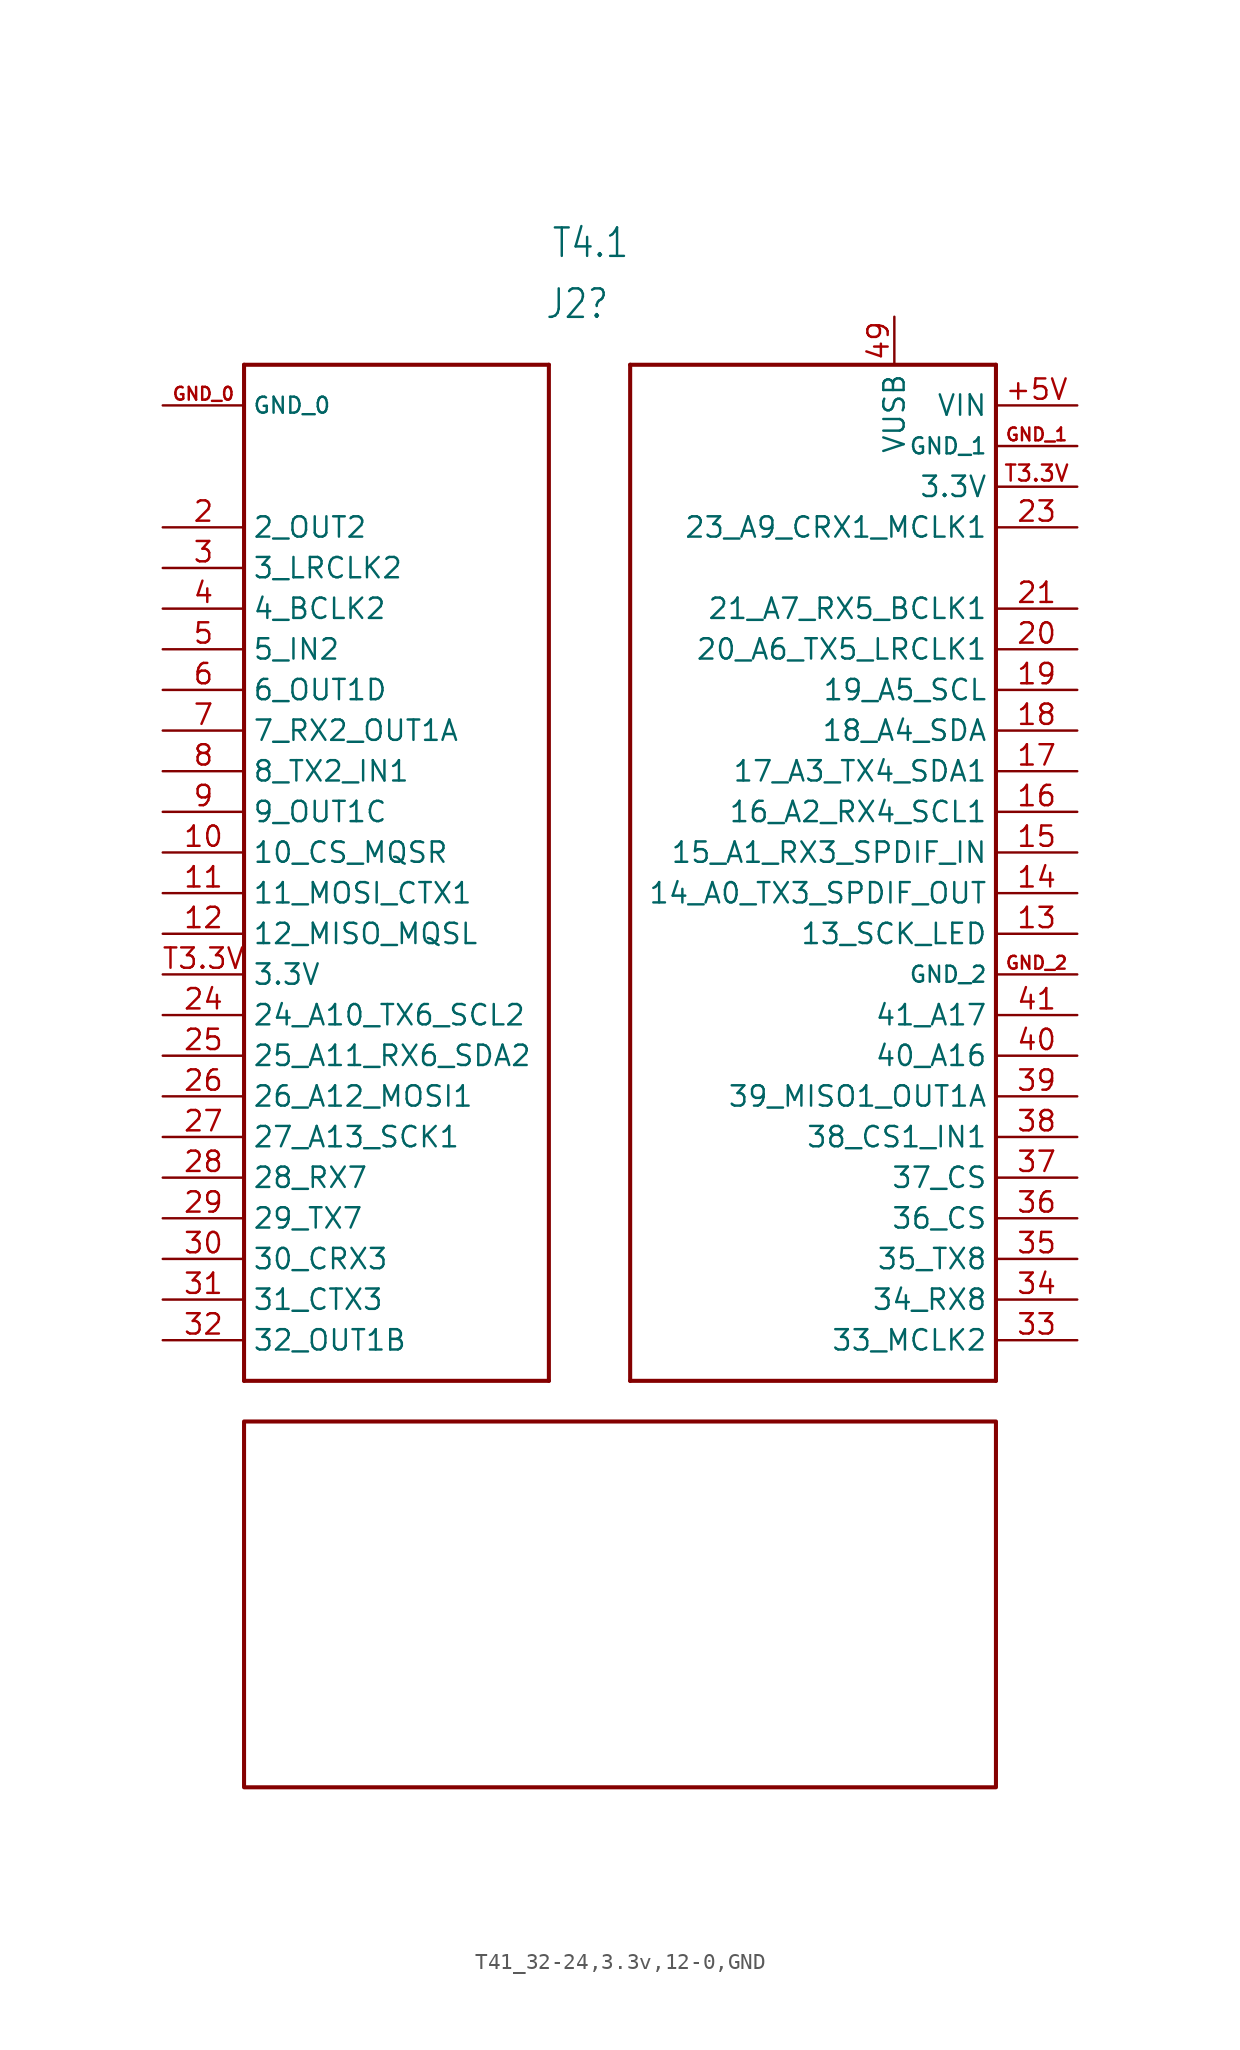
<source format=kicad_sym>
(kicad_symbol_lib
  (version 20220914)
  (generator kicad_symbol_editor)
  (symbol "T41_32-24,3.3v,12-0,GND"
    (property "Reference" "J2"
      (at -12.7 34.29 0)
      (effects (font (size 1.778 1.511)) (justify right)))
    (property "Value" "T4.1"
      (at -11.43 38.1 0)
      (effects (font (size 1.778 1.511)) (justify right)))
    (property "LCSC" ""
      (at 0 0 0)
      (effects (font (size 1.27 1.27))))
    (symbol "T41_32-24,3.3v,12-0,GND_1_0"
      (polyline (pts (xy -35.56 -33.02) (xy -35.56 30.48)) (stroke (width 0.254) (type solid)) (fill (type none)))
      (polyline (pts (xy -35.56 30.48) (xy -16.51 30.48)) (stroke (width 0.254) (type solid)) (fill (type none)))
      (polyline (pts (xy -16.51 -33.02) (xy -35.56 -33.02)) (stroke (width 0.254) (type solid)) (fill (type none)))
      (polyline (pts (xy -16.51 30.48) (xy -16.51 -33.02)) (stroke (width 0.254) (type solid)) (fill (type none)))
      (polyline (pts (xy -11.43 -33.02) (xy -11.43 30.48)) (stroke (width 0.254) (type solid)) (fill (type none)))
      (polyline (pts (xy -11.43 30.48) (xy 11.43 30.48)) (stroke (width 0.254) (type solid)) (fill (type none)))
      (polyline (pts (xy 11.43 -33.02) (xy -11.43 -33.02)) (stroke (width 0.254) (type solid)) (fill (type none)))
      (polyline (pts (xy 11.43 30.48) (xy 11.43 -33.02)) (stroke (width 0.254) (type solid)) (fill (type none)))
      (pin passive line (at 16.51 27.94 180) (length 5.08) (name "VIN" (effects (font (size 1.27 1.27)))) (number "+5V" (effects (font (size 1.27 1.27)))) (alternate "(3.6 to 5.5 volts)" passive line))
      (pin passive line (at -40.64 0 0) (length 5.08) (name "10_CS_MQSR" (effects (font (size 1.27 1.27)))) (number "10" (effects (font (size 1.27 1.27)))))
      (pin passive line (at -40.64 -2.54 0) (length 5.08) (name "11_MOSI_CTX1" (effects (font (size 1.27 1.27)))) (number "11" (effects (font (size 1.27 1.27)))))
      (pin passive line (at -40.64 -5.08 0) (length 5.08) (name "12_MISO_MQSL" (effects (font (size 1.27 1.27)))) (number "12" (effects (font (size 1.27 1.27)))))
      (pin passive line (at 16.51 -5.08 180) (length 5.08) (name "13_SCK_LED" (effects (font (size 1.27 1.27)))) (number "13" (effects (font (size 1.27 1.27)))))
      (pin passive line (at 16.51 -2.54 180) (length 5.08) (name "14_A0_TX3_SPDIF_OUT" (effects (font (size 1.27 1.27)))) (number "14" (effects (font (size 1.27 1.27)))))
      (pin passive line (at 16.51 0 180) (length 5.08) (name "15_A1_RX3_SPDIF_IN" (effects (font (size 1.27 1.27)))) (number "15" (effects (font (size 1.27 1.27)))))
      (pin passive line (at 16.51 2.54 180) (length 5.08) (name "16_A2_RX4_SCL1" (effects (font (size 1.27 1.27)))) (number "16" (effects (font (size 1.27 1.27)))))
      (pin passive line (at 16.51 5.08 180) (length 5.08) (name "17_A3_TX4_SDA1" (effects (font (size 1.27 1.27)))) (number "17" (effects (font (size 1.27 1.27)))))
      (pin passive line (at 16.51 7.62 180) (length 5.08) (name "18_A4_SDA" (effects (font (size 1.27 1.27)))) (number "18" (effects (font (size 1.27 1.27)))))
      (pin passive line (at 16.51 10.16 180) (length 5.08) (name "19_A5_SCL" (effects (font (size 1.27 1.27)))) (number "19" (effects (font (size 1.27 1.27)))))
      (pin passive line (at -40.64 20.32 0) (length 5.08) (name "2_OUT2" (effects (font (size 1.27 1.27)))) (number "2" (effects (font (size 1.27 1.27)))))
      (pin passive line (at 16.51 12.7 180) (length 5.08) (name "20_A6_TX5_LRCLK1" (effects (font (size 1.27 1.27)))) (number "20" (effects (font (size 1.27 1.27)))))
      (pin passive line (at 16.51 15.24 180) (length 5.08) (name "21_A7_RX5_BCLK1" (effects (font (size 1.27 1.27)))) (number "21" (effects (font (size 1.27 1.27)))))
      (pin passive line (at 16.51 20.32 180) (length 5.08) (name "23_A9_CRX1_MCLK1" (effects (font (size 1.27 1.27)))) (number "23" (effects (font (size 1.27 1.27)))))
      (pin passive line (at -40.64 -10.16 0) (length 5.08) (name "24_A10_TX6_SCL2" (effects (font (size 1.27 1.27)))) (number "24" (effects (font (size 1.27 1.27)))))
      (pin passive line (at -40.64 -12.7 0) (length 5.08) (name "25_A11_RX6_SDA2" (effects (font (size 1.27 1.27)))) (number "25" (effects (font (size 1.27 1.27)))))
      (pin passive line (at -40.64 -15.24 0) (length 5.08) (name "26_A12_MOSI1" (effects (font (size 1.27 1.27)))) (number "26" (effects (font (size 1.27 1.27)))))
      (pin passive line (at -40.64 -17.78 0) (length 5.08) (name "27_A13_SCK1" (effects (font (size 1.27 1.27)))) (number "27" (effects (font (size 1.27 1.27)))))
      (pin passive line (at -40.64 -20.32 0) (length 5.08) (name "28_RX7" (effects (font (size 1.27 1.27)))) (number "28" (effects (font (size 1.27 1.27)))))
      (pin passive line (at -40.64 -22.86 0) (length 5.08) (name "29_TX7" (effects (font (size 1.27 1.27)))) (number "29" (effects (font (size 1.27 1.27)))))
      (pin passive line (at -40.64 17.78 0) (length 5.08) (name "3_LRCLK2" (effects (font (size 1.27 1.27)))) (number "3" (effects (font (size 1.27 1.27)))))
      (pin passive line (at -40.64 -25.4 0) (length 5.08) (name "30_CRX3" (effects (font (size 1.27 1.27)))) (number "30" (effects (font (size 1.27 1.27)))))
      (pin passive line (at -40.64 -27.94 0) (length 5.08) (name "31_CTX3" (effects (font (size 1.27 1.27)))) (number "31" (effects (font (size 1.27 1.27)))))
      (pin passive line (at -40.64 -30.48 0) (length 5.08) (name "32_OUT1B" (effects (font (size 1.27 1.27)))) (number "32" (effects (font (size 1.27 1.27)))))
      (pin passive line (at 16.51 -30.48 180) (length 5.08) (name "33_MCLK2" (effects (font (size 1.27 1.27)))) (number "33" (effects (font (size 1.27 1.27)))))
      (pin passive line (at 16.51 -27.94 180) (length 5.08) (name "34_RX8" (effects (font (size 1.27 1.27)))) (number "34" (effects (font (size 1.27 1.27)))))
      (pin passive line (at 16.51 -25.4 180) (length 5.08) (name "35_TX8" (effects (font (size 1.27 1.27)))) (number "35" (effects (font (size 1.27 1.27)))))
      (pin passive line (at 16.51 -22.86 180) (length 5.08) (name "36_CS" (effects (font (size 1.27 1.27)))) (number "36" (effects (font (size 1.27 1.27)))))
      (pin passive line (at 16.51 -20.32 180) (length 5.08) (name "37_CS" (effects (font (size 1.27 1.27)))) (number "37" (effects (font (size 1.27 1.27)))))
      (pin passive line (at 16.51 -17.78 180) (length 5.08) (name "38_CS1_IN1" (effects (font (size 1.27 1.27)))) (number "38" (effects (font (size 1.27 1.27)))))
      (pin passive line (at 16.51 -15.24 180) (length 5.08) (name "39_MISO1_OUT1A" (effects (font (size 1.27 1.27)))) (number "39" (effects (font (size 1.27 1.27)))))
      (pin passive line (at -40.64 15.24 0) (length 5.08) (name "4_BCLK2" (effects (font (size 1.27 1.27)))) (number "4" (effects (font (size 1.27 1.27)))))
      (pin passive line (at 16.51 -12.7 180) (length 5.08) (name "40_A16" (effects (font (size 1.27 1.27)))) (number "40" (effects (font (size 1.27 1.27)))))
      (pin passive line (at 16.51 -10.16 180) (length 5.08) (name "41_A17" (effects (font (size 1.27 1.27)))) (number "41" (effects (font (size 1.27 1.27)))))
      (pin passive line (at 5.08 33.48 270) (length 3) (name "VUSB" (effects (font (size 1.27 1.27)))) (number "49" (effects (font (size 1.27 1.27)))))
      (pin passive line (at -40.64 12.7 0) (length 5.08) (name "5_IN2" (effects (font (size 1.27 1.27)))) (number "5" (effects (font (size 1.27 1.27)))))
      (pin passive line (at -40.64 10.16 0) (length 5.08) (name "6_OUT1D" (effects (font (size 1.27 1.27)))) (number "6" (effects (font (size 1.27 1.27)))))
      (pin passive line (at -40.64 7.62 0) (length 5.08) (name "7_RX2_OUT1A" (effects (font (size 1.27 1.27)))) (number "7" (effects (font (size 1.27 1.27)))))
      (pin passive line (at -40.64 5.08 0) (length 5.08) (name "8_TX2_IN1" (effects (font (size 1.27 1.27)))) (number "8" (effects (font (size 1.27 1.27)))))
      (pin passive line (at -40.64 2.54 0) (length 5.08) (name "9_OUT1C" (effects (font (size 1.27 1.27)))) (number "9" (effects (font (size 1.27 1.27)))))
      (pin passive line (at -40.64 27.94 0) (length 5.08) (name "GND_0" (effects (font (size 1 1)))) (number "GND_0" (effects (font (size 0.8 0.8)))))
      (pin passive line (at 16.51 25.4 180) (length 5.08) (name "GND_1" (effects (font (size 1 1)))) (number "GND_1" (effects (font (size 0.8 0.8)))))
      (pin passive line (at 16.51 -7.62 180) (length 5.08) (name "GND_2" (effects (font (size 1 1)))) (number "GND_2" (effects (font (size 0.8 0.8)))))
      (pin passive line (at -40.64 -7.62 0) (length 5.08) (name "3.3V" (effects (font (size 1.27 1.27)))) (number "T3.3V" (effects (font (size 1.27 1.27)))))
      (pin passive line (at 16.51 22.86 180) (length 5.08) (name "3.3V" (effects (font (size 1.27 1.27)))) (number "T3.3V" (effects (font (size 1 1))))))
    (symbol "T41_32-24,3.3v,12-0,GND_1_1"
      (rectangle (start -35.56 -35.56) (end 11.43 -58.42) (stroke (width 0.254) (type default)) (fill (type none))))))
</source>
